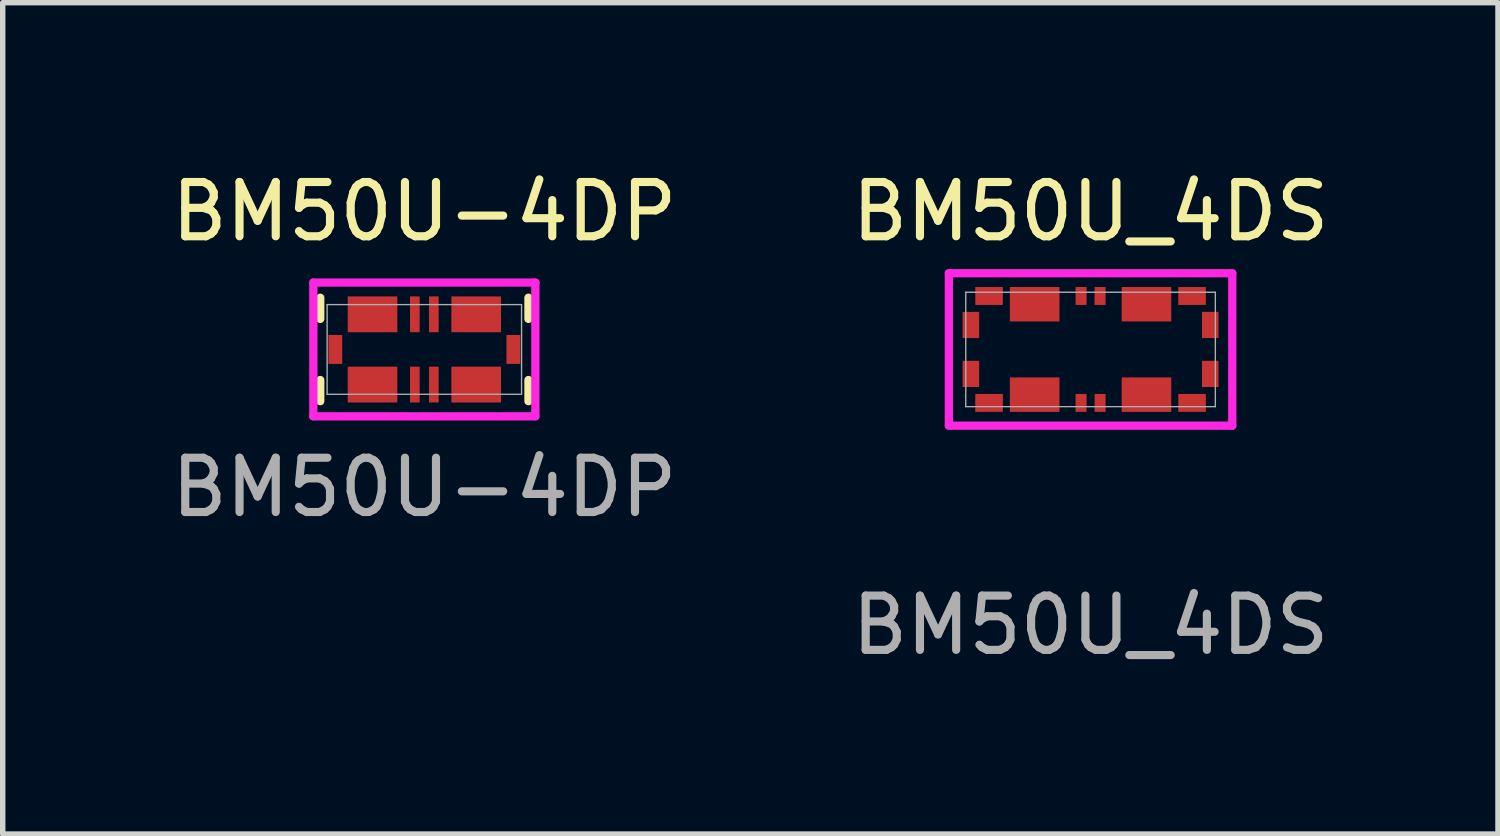
<source format=kicad_pcb>
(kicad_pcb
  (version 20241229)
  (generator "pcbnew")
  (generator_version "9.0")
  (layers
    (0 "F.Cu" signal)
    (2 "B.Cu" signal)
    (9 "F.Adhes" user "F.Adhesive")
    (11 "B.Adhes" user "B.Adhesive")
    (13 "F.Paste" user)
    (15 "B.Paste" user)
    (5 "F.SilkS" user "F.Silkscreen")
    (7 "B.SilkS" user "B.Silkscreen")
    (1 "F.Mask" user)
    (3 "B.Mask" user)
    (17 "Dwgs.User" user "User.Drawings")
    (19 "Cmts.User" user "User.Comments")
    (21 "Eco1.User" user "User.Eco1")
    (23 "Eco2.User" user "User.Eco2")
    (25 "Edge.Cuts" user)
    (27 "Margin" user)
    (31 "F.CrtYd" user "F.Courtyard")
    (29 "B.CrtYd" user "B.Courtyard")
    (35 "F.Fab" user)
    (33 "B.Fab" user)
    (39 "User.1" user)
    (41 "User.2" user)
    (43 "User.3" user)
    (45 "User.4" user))
  (footprint "BM50U_4DS"
    (layer "F.Cu")
    (at 17.042 3.388)
    (property "Reference" "BM50U_4DS" (at 0 -2.54 0) (unlocked yes) (layer "F.SilkS") (effects (font (size 1 1) (thickness 0.15))))
    (attr smd)
    (fp_line (start -2.611 -1.404) (end -2.611 1.404) (stroke (width 0.152) (type solid)) (layer "F.CrtYd"))
    (fp_line (start -2.611 1.404) (end 2.611 1.404) (stroke (width 0.152) (type solid)) (layer "F.CrtYd"))
    (fp_line (start 2.611 -1.404) (end -2.611 -1.404) (stroke (width 0.152) (type solid)) (layer "F.CrtYd"))
    (fp_line (start 2.611 1.404) (end 2.611 -1.404) (stroke (width 0.152) (type solid)) (layer "F.CrtYd"))
    (fp_line (start -2.299 -1.054) (end -2.299 1.054) (stroke (width 0.025) (type solid)) (layer "F.Fab"))
    (fp_line (start -2.299 1.054) (end 2.299 1.054) (stroke (width 0.025) (type solid)) (layer "F.Fab"))
    (fp_line (start 2.299 -1.054) (end -2.299 -1.054) (stroke (width 0.025) (type solid)) (layer "F.Fab"))
    (fp_line (start 2.299 1.054) (end 2.299 -1.054) (stroke (width 0.025) (type solid)) (layer "F.Fab"))
    (fp_text user "${REFERENCE}" (at 0 5.08 0) (unlocked yes) (layer "F.Fab") (effects (font (size 1 1) (thickness 0.15))))
    (pad "1" smd rect (at -0.175 -0.985) (size 0.203 0.33) (layers "F.Cu" "F.Mask" "F.Paste"))
    (pad "2" smd rect (at -0.175 0.985) (size 0.203 0.33) (layers "F.Cu" "F.Mask" "F.Paste"))
    (pad "3" smd rect (at 0.175 -0.985) (size 0.203 0.33) (layers "F.Cu" "F.Mask" "F.Paste"))
    (pad "4" smd rect (at 0.175 0.985) (size 0.203 0.33) (layers "F.Cu" "F.Mask" "F.Paste"))
    (pad "M1" smd rect (at -1.87 -0.985) (size 0.508 0.33) (layers "F.Cu" "F.Mask" "F.Paste"))
    (pad "M2" smd rect (at -2.205 -0.451) (size 0.305 0.483) (layers "F.Cu" "F.Mask" "F.Paste"))
    (pad "M3" smd rect (at -2.205 0.451) (size 0.305 0.483) (layers "F.Cu" "F.Mask" "F.Paste"))
    (pad "M4" smd rect (at -1.87 0.985) (size 0.508 0.33) (layers "F.Cu" "F.Mask" "F.Paste"))
    (pad "M5" smd rect (at 1.87 0.985) (size 0.508 0.33) (layers "F.Cu" "F.Mask" "F.Paste"))
    (pad "M6" smd rect (at 2.205 0.451) (size 0.305 0.483) (layers "F.Cu" "F.Mask" "F.Paste"))
    (pad "M7" smd rect (at 2.205 -0.451) (size 0.305 0.483) (layers "F.Cu" "F.Mask" "F.Paste"))
    (pad "M8" smd rect (at 1.87 -0.985) (size 0.508 0.33) (layers "F.Cu" "F.Mask" "F.Paste"))
    (pad "P1" smd rect (at -1.03 -0.833) (size 0.914 0.635) (layers "F.Cu" "F.Mask" "F.Paste"))
    (pad "P2" smd rect (at -1.03 0.833) (size 0.914 0.635) (layers "F.Cu" "F.Mask" "F.Paste"))
    (pad "P3" smd rect (at 1.03 -0.833) (size 0.914 0.635) (layers "F.Cu" "F.Mask" "F.Paste"))
    (pad "P4" smd rect (at 1.03 0.833) (size 0.914 0.635) (layers "F.Cu" "F.Mask" "F.Paste")))
  (footprint "BM50U-4DP"
    (layer "F.Cu")
    (at 4.768 3.388)
    (property "Reference" "BM50U-4DP" (at 0 -2.54 0) (unlocked yes) (layer "F.SilkS") (effects (font (size 1 1) (thickness 0.15))))
    (attr smd)
    (fp_line (start -1.918 -0.953) (end -1.918 -0.563) (stroke (width 0.152) (type solid)) (layer "F.SilkS"))
    (fp_line (start -1.918 0.563) (end -1.918 0.953) (stroke (width 0.152) (type solid)) (layer "F.SilkS"))
    (fp_line (start 1.918 -0.563) (end 1.918 -0.953) (stroke (width 0.152) (type solid)) (layer "F.SilkS"))
    (fp_line (start 1.918 0.953) (end 1.918 0.563) (stroke (width 0.152) (type solid)) (layer "F.SilkS"))
    (fp_line (start -2.045 -1.232) (end -2.045 1.232) (stroke (width 0.152) (type solid)) (layer "F.CrtYd"))
    (fp_line (start -2.045 1.232) (end 2.045 1.232) (stroke (width 0.152) (type solid)) (layer "F.CrtYd"))
    (fp_line (start 2.045 -1.232) (end -2.045 -1.232) (stroke (width 0.152) (type solid)) (layer "F.CrtYd"))
    (fp_line (start 2.045 1.232) (end 2.045 -1.232) (stroke (width 0.152) (type solid)) (layer "F.CrtYd"))
    (fp_line (start -1.791 -0.826) (end -1.791 0.826) (stroke (width 0.025) (type solid)) (layer "F.Fab"))
    (fp_line (start -1.791 0.826) (end 1.791 0.826) (stroke (width 0.025) (type solid)) (layer "F.Fab"))
    (fp_line (start 1.791 -0.826) (end -1.791 -0.826) (stroke (width 0.025) (type solid)) (layer "F.Fab"))
    (fp_line (start 1.791 0.826) (end 1.791 -0.826) (stroke (width 0.025) (type solid)) (layer "F.Fab"))
    (fp_text user "${REFERENCE}" (at 0 2.54 0) (unlocked yes) (layer "F.Fab") (effects (font (size 1 1) (thickness 0.15))))
    (pad "1" smd rect (at -0.175 0.647) (size 0.178 0.66) (layers "F.Cu" "F.Mask" "F.Paste"))
    (pad "2" smd rect (at -0.175 -0.647) (size 0.178 0.66) (layers "F.Cu" "F.Mask" "F.Paste"))
    (pad "3" smd rect (at 0.175 0.647) (size 0.178 0.66) (layers "F.Cu" "F.Mask" "F.Paste"))
    (pad "4" smd rect (at 0.175 -0.647) (size 0.178 0.66) (layers "F.Cu" "F.Mask" "F.Paste"))
    (pad "M1" smd rect (at -1.64 0) (size 0.254 0.533) (layers "F.Cu" "F.Mask" "F.Paste"))
    (pad "M2" smd rect (at 1.64 0) (size 0.254 0.533) (layers "F.Cu" "F.Mask" "F.Paste"))
    (pad "P1" smd rect (at -0.955 0.647) (size 0.914 0.66) (layers "F.Cu" "F.Mask" "F.Paste"))
    (pad "P2" smd rect (at -0.955 -0.647) (size 0.914 0.66) (layers "F.Cu" "F.Mask" "F.Paste"))
    (pad "P3" smd rect (at 0.955 0.647) (size 0.914 0.66) (layers "F.Cu" "F.Mask" "F.Paste"))
    (pad "P4" smd rect (at 0.955 -0.647) (size 0.914 0.66) (layers "F.Cu" "F.Mask" "F.Paste")))
  (gr_rect
    (start -3 -3)
    (end 24.548 12.316)
    (stroke (width 0.1) (type default))
    (fill no)
    (layer "Edge.Cuts")))
</source>
